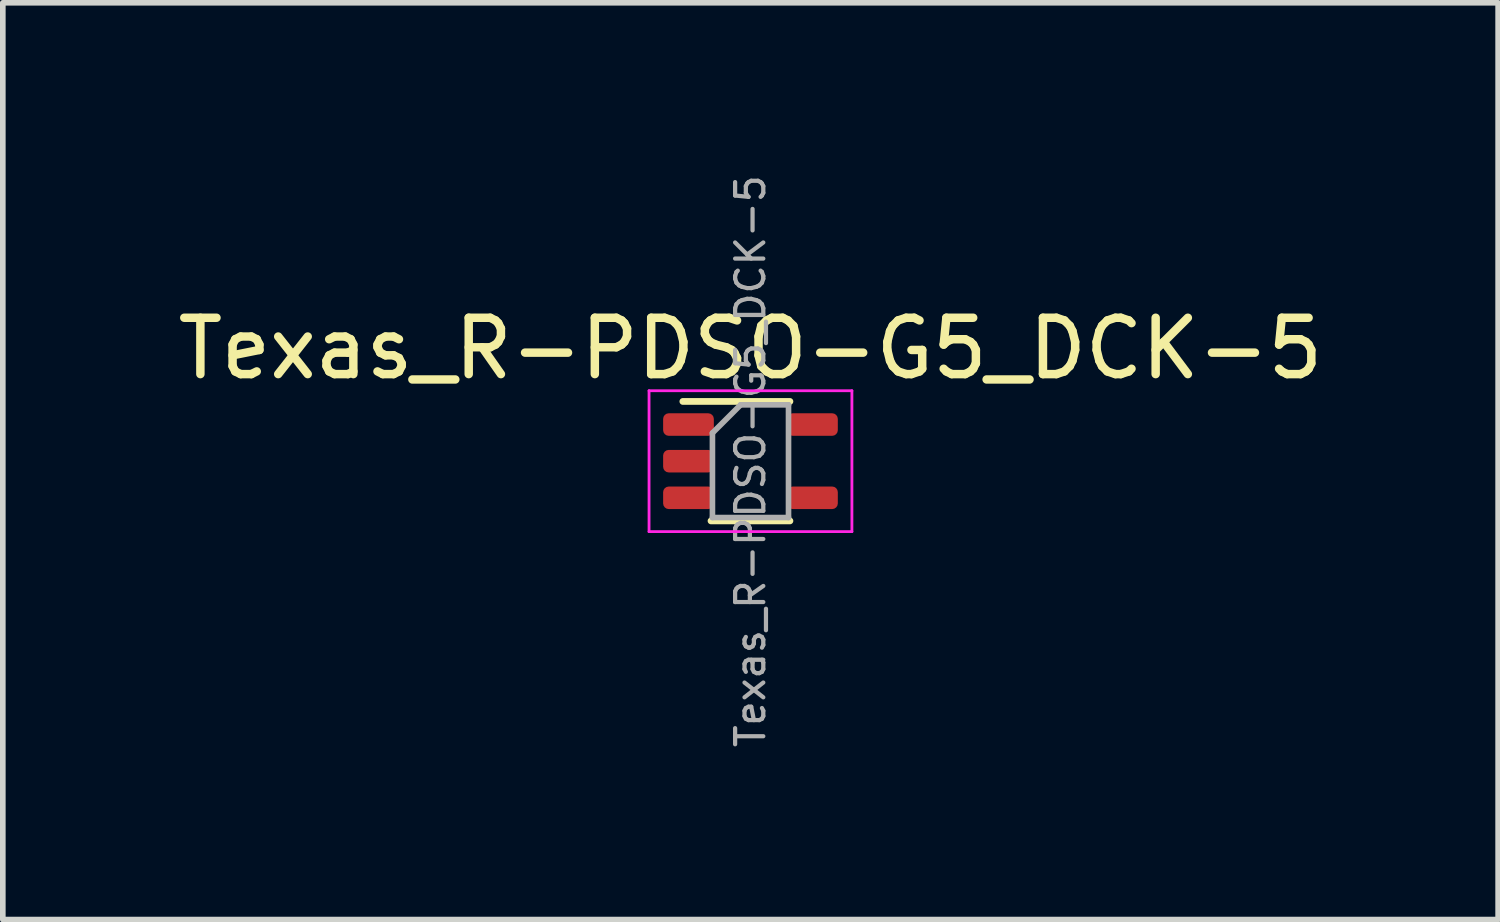
<source format=kicad_pcb>
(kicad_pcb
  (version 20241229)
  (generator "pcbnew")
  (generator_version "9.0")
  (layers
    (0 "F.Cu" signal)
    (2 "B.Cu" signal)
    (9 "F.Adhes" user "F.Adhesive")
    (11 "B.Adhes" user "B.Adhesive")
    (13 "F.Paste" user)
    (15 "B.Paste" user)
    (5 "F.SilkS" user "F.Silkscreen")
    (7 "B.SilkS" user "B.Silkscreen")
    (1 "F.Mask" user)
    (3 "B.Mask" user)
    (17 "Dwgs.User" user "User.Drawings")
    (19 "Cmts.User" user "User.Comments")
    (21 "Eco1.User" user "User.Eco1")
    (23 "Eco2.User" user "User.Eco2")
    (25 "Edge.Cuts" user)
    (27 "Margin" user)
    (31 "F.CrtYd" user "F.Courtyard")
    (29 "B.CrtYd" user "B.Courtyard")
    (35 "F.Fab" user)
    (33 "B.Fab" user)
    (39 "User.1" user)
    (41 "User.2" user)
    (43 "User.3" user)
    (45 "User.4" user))
  (footprint "Texas_R-PDSO-G5_DCK-5"
    (layer "F.Cu")
    (at 10.268 5.134)
    (property "Reference" "Texas_R-PDSO-G5_DCK-5" (at 0 -2 0) (layer "F.SilkS") (effects (font (size 1 1) (thickness 0.15))))
    (attr smd)
    (fp_line (start -0.7 1.06) (end 0.7 1.06) (stroke (width 0.12) (type solid)) (layer "F.SilkS"))
    (fp_line (start 0.7 -1.06) (end -1.2 -1.06) (stroke (width 0.12) (type solid)) (layer "F.SilkS"))
    (fp_line (start -1.8 -1.25) (end -1.8 1.25) (stroke (width 0.05) (type solid)) (layer "F.CrtYd"))
    (fp_line (start -1.8 -1.25) (end 1.8 -1.25) (stroke (width 0.05) (type solid)) (layer "F.CrtYd"))
    (fp_line (start -1.8 1.25) (end 1.8 1.25) (stroke (width 0.05) (type solid)) (layer "F.CrtYd"))
    (fp_line (start 1.8 1.25) (end 1.8 -1.25) (stroke (width 0.05) (type solid)) (layer "F.CrtYd"))
    (fp_line (start -0.675 -0.5) (end -0.675 1) (stroke (width 0.1) (type solid)) (layer "F.Fab"))
    (fp_line (start -0.175 -1) (end -0.675 -0.5) (stroke (width 0.1) (type solid)) (layer "F.Fab"))
    (fp_line (start 0.675 -1) (end -0.175 -1) (stroke (width 0.1) (type solid)) (layer "F.Fab"))
    (fp_line (start 0.675 -1) (end 0.675 1) (stroke (width 0.1) (type solid)) (layer "F.Fab"))
    (fp_line (start 0.675 1) (end -0.675 1) (stroke (width 0.1) (type solid)) (layer "F.Fab"))
    (fp_text user "${REFERENCE}" (at 0 0 90) (layer "F.Fab") (effects (font (size 0.5 0.5) (thickness 0.075))))
    (pad "1" smd roundrect (at -1.1 -0.65) (size 0.9 0.4) (layers "F.Cu" "F.Mask" "F.Paste") (roundrect_rratio 0.25))
    (pad "2" smd roundrect (at -1.1 0) (size 0.9 0.4) (layers "F.Cu" "F.Mask" "F.Paste") (roundrect_rratio 0.25))
    (pad "3" smd roundrect (at -1.1 0.65) (size 0.9 0.4) (layers "F.Cu" "F.Mask" "F.Paste") (roundrect_rratio 0.25))
    (pad "4" smd roundrect (at 1.1 0.65) (size 0.9 0.4) (layers "F.Cu" "F.Mask" "F.Paste") (roundrect_rratio 0.25))
    (pad "5" smd roundrect (at 1.1 -0.65) (size 0.9 0.4) (layers "F.Cu" "F.Mask" "F.Paste") (roundrect_rratio 0.25)))
  (gr_rect
    (start -3 -3)
    (end 23.536 13.268)
    (stroke (width 0.1) (type default))
    (fill no)
    (layer "Edge.Cuts")))
</source>
